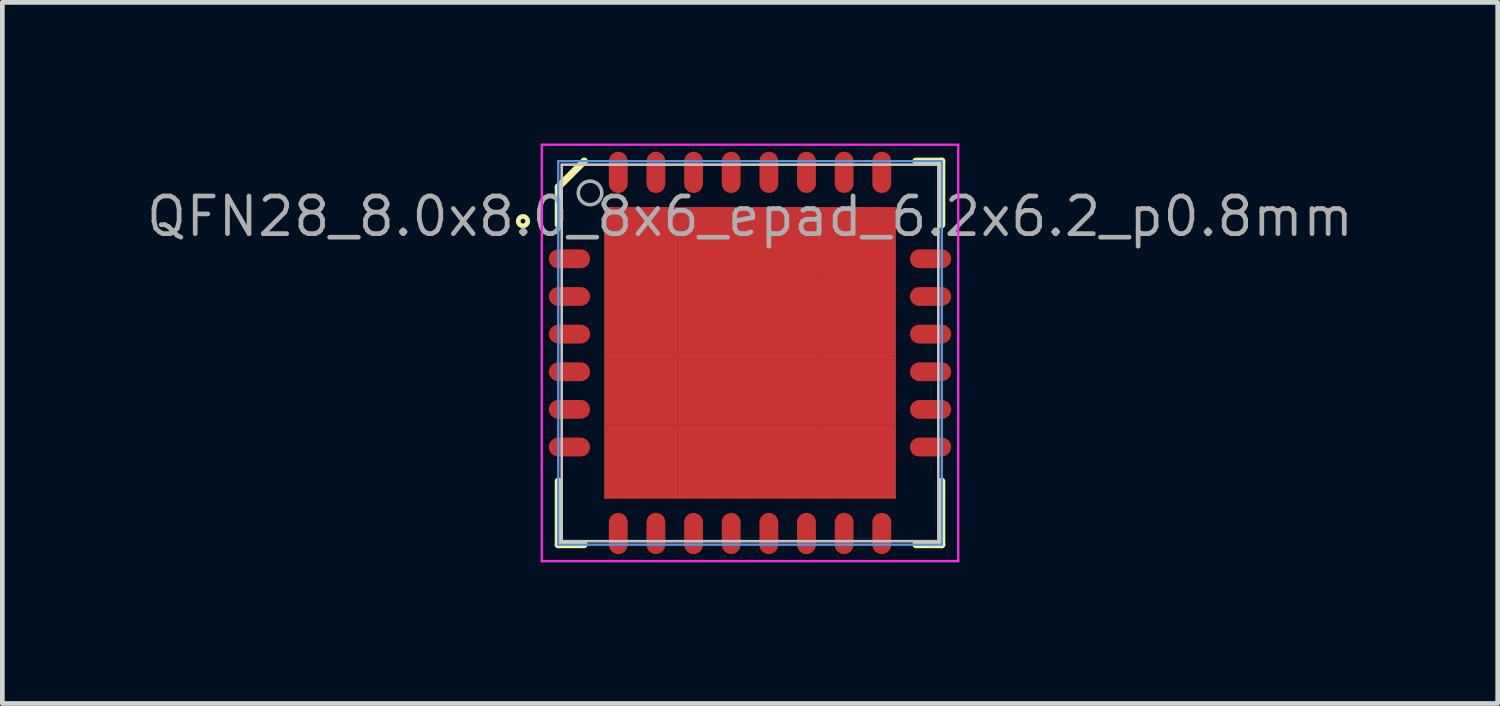
<source format=kicad_pcb>
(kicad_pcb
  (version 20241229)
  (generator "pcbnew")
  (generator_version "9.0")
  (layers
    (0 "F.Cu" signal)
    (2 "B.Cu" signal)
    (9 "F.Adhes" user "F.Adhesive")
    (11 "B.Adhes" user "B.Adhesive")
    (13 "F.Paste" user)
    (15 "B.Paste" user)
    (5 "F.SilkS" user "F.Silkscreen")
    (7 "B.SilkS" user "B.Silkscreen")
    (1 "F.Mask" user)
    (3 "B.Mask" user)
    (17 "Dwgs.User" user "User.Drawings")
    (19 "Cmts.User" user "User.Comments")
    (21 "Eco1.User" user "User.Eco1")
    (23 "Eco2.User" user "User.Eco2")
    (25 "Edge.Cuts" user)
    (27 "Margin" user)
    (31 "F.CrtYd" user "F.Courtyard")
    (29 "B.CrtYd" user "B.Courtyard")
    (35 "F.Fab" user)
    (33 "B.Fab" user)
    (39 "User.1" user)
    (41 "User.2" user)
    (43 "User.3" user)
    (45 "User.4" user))
  (footprint "QFN28_8.0x8.0_8x6_epad_6.2x6.2_p0.8mm"
    (layer "F.Cu")
    (at 12.889 4.45)
    (property "Reference" "QFN28_8.0x8.0_8x6_epad_6.2x6.2_p0.8mm" (at 0 -2.9 0) (layer "F.Fab") (effects (font (size 0.8 0.8) (thickness 0.1))))
    (attr through_hole)
    (fp_line (start -4.075 -3.525) (end -4.075 -2.725) (stroke (width 0.15) (type solid)) (layer "F.SilkS"))
    (fp_line (start -4.075 -3.525) (end -3.525 -4.075) (stroke (width 0.15) (type solid)) (layer "F.SilkS"))
    (fp_line (start -4.075 4.075) (end -4.075 2.725) (stroke (width 0.15) (type solid)) (layer "F.SilkS"))
    (fp_line (start -4.075 4.075) (end -3.525 4.075) (stroke (width 0.15) (type solid)) (layer "F.SilkS"))
    (fp_line (start -3.525 -4.075) (end -3.525 -4.075) (stroke (width 0.15) (type solid)) (layer "F.SilkS"))
    (fp_line (start 4.075 -4.075) (end 3.525 -4.075) (stroke (width 0.15) (type solid)) (layer "F.SilkS"))
    (fp_line (start 4.075 -4.075) (end 4.075 -2.725) (stroke (width 0.15) (type solid)) (layer "F.SilkS"))
    (fp_line (start 4.075 4.075) (end 3.525 4.075) (stroke (width 0.15) (type solid)) (layer "F.SilkS"))
    (fp_line (start 4.075 4.075) (end 4.075 2.725) (stroke (width 0.15) (type solid)) (layer "F.SilkS"))
    (fp_circle (center -4.825 -2.8) (end -4.754 -2.729) (stroke (width 0.1) (type solid)) (fill no) (layer "F.SilkS"))
    (fp_line (start -4 -4) (end -4 4) (stroke (width 0.05) (type solid)) (layer "Dwgs.User"))
    (fp_line (start -4 -4) (end 4 -4) (stroke (width 0.05) (type solid)) (layer "Dwgs.User"))
    (fp_line (start -4 4) (end 4 4) (stroke (width 0.05) (type solid)) (layer "Dwgs.User"))
    (fp_line (start 4 -4) (end 4 4) (stroke (width 0.05) (type solid)) (layer "Dwgs.User"))
    (fp_line (start -4.075 -4.075) (end -4.075 4.075) (stroke (width 0.05) (type solid)) (layer "Cmts.User"))
    (fp_line (start -4.075 -4.075) (end 4.075 -4.075) (stroke (width 0.05) (type solid)) (layer "Cmts.User"))
    (fp_line (start -4.075 4.075) (end 4.075 4.075) (stroke (width 0.05) (type solid)) (layer "Cmts.User"))
    (fp_line (start 4.075 -4.075) (end 4.075 4.075) (stroke (width 0.05) (type solid)) (layer "Cmts.User"))
    (fp_line (start -3.925 -3.925) (end -3.925 3.925) (stroke (width 0.05) (type solid)) (layer "Eco1.User"))
    (fp_line (start -3.925 -3.925) (end 3.925 -3.925) (stroke (width 0.05) (type solid)) (layer "Eco1.User"))
    (fp_line (start -3.925 3.925) (end 3.925 3.925) (stroke (width 0.05) (type solid)) (layer "Eco1.User"))
    (fp_line (start 3.925 -3.925) (end 3.925 3.925) (stroke (width 0.05) (type solid)) (layer "Eco1.User"))
    (fp_line (start -4.425 -4.425) (end -4.425 4.425) (stroke (width 0.05) (type solid)) (layer "F.CrtYd"))
    (fp_line (start -4.425 -4.425) (end 4.425 -4.425) (stroke (width 0.05) (type solid)) (layer "F.CrtYd"))
    (fp_line (start -4.425 4.425) (end 4.425 4.425) (stroke (width 0.05) (type solid)) (layer "F.CrtYd"))
    (fp_line (start 4.425 -4.425) (end 4.425 4.425) (stroke (width 0.05) (type solid)) (layer "F.CrtYd"))
    (fp_line (start -4 -4) (end -4 4) (stroke (width 0.05) (type solid)) (layer "F.Fab"))
    (fp_line (start -4 -4) (end 4 -4) (stroke (width 0.05) (type solid)) (layer "F.Fab"))
    (fp_line (start -4 4) (end 4 4) (stroke (width 0.05) (type solid)) (layer "F.Fab"))
    (fp_line (start 4 -4) (end 4 4) (stroke (width 0.05) (type solid)) (layer "F.Fab"))
    (fp_circle (center -3.4 -3.4) (end -3.223 -3.223) (stroke (width 0.075) (type solid)) (fill no) (layer "F.Fab"))
    (pad "1" smd oval (at -3.837 -2 180) (size 0.875 0.4) (layers "F.Cu" "F.Mask" "F.Paste"))
    (pad "2" smd oval (at -3.837 -1.2 180) (size 0.875 0.4) (layers "F.Cu" "F.Mask" "F.Paste"))
    (pad "3" smd oval (at -3.837 -0.4 180) (size 0.875 0.4) (layers "F.Cu" "F.Mask" "F.Paste"))
    (pad "4" smd oval (at -3.837 0.4 180) (size 0.875 0.4) (layers "F.Cu" "F.Mask" "F.Paste"))
    (pad "5" smd oval (at -3.837 1.2 180) (size 0.875 0.4) (layers "F.Cu" "F.Mask" "F.Paste"))
    (pad "6" smd oval (at -3.837 2 180) (size 0.875 0.4) (layers "F.Cu" "F.Mask" "F.Paste"))
    (pad "7" smd oval (at -2.8 3.837 270) (size 0.875 0.4) (layers "F.Cu" "F.Mask" "F.Paste"))
    (pad "8" smd oval (at -2 3.837 270) (size 0.875 0.4) (layers "F.Cu" "F.Mask" "F.Paste"))
    (pad "9" smd oval (at -1.2 3.837 270) (size 0.875 0.4) (layers "F.Cu" "F.Mask" "F.Paste"))
    (pad "10" smd oval (at -0.4 3.837 270) (size 0.875 0.4) (layers "F.Cu" "F.Mask" "F.Paste"))
    (pad "11" smd oval (at 0.4 3.837 270) (size 0.875 0.4) (layers "F.Cu" "F.Mask" "F.Paste"))
    (pad "12" smd oval (at 1.2 3.837 270) (size 0.875 0.4) (layers "F.Cu" "F.Mask" "F.Paste"))
    (pad "13" smd oval (at 2 3.837 270) (size 0.875 0.4) (layers "F.Cu" "F.Mask" "F.Paste"))
    (pad "14" smd oval (at 2.8 3.837 270) (size 0.875 0.4) (layers "F.Cu" "F.Mask" "F.Paste"))
    (pad "15" smd oval (at 3.837 2) (size 0.875 0.4) (layers "F.Cu" "F.Mask" "F.Paste"))
    (pad "16" smd oval (at 3.837 1.2) (size 0.875 0.4) (layers "F.Cu" "F.Mask" "F.Paste"))
    (pad "17" smd oval (at 3.837 0.4) (size 0.875 0.4) (layers "F.Cu" "F.Mask" "F.Paste"))
    (pad "18" smd oval (at 3.837 -0.4) (size 0.875 0.4) (layers "F.Cu" "F.Mask" "F.Paste"))
    (pad "19" smd oval (at 3.837 -1.2) (size 0.875 0.4) (layers "F.Cu" "F.Mask" "F.Paste"))
    (pad "20" smd oval (at 3.837 -2) (size 0.875 0.4) (layers "F.Cu" "F.Mask" "F.Paste"))
    (pad "21" smd oval (at 2.8 -3.837 90) (size 0.875 0.4) (layers "F.Cu" "F.Mask" "F.Paste"))
    (pad "22" smd oval (at 2 -3.837 90) (size 0.875 0.4) (layers "F.Cu" "F.Mask" "F.Paste"))
    (pad "23" smd oval (at 1.2 -3.837 90) (size 0.875 0.4) (layers "F.Cu" "F.Mask" "F.Paste"))
    (pad "24" smd oval (at 0.4 -3.837 90) (size 0.875 0.4) (layers "F.Cu" "F.Mask" "F.Paste"))
    (pad "25" smd oval (at -0.4 -3.837 90) (size 0.875 0.4) (layers "F.Cu" "F.Mask" "F.Paste"))
    (pad "26" smd oval (at -1.2 -3.837 90) (size 0.875 0.4) (layers "F.Cu" "F.Mask" "F.Paste"))
    (pad "27" smd oval (at -2 -3.837 90) (size 0.875 0.4) (layers "F.Cu" "F.Mask" "F.Paste"))
    (pad "28" smd oval (at -2.8 -3.837 90) (size 0.875 0.4) (layers "F.Cu" "F.Mask" "F.Paste"))
    (pad "29" smd rect (at -2.325 -2.325) (size 1.55 1.55) (layers "F.Cu" "F.Mask" "F.Paste"))
    (pad "29" smd rect (at -2.325 -0.775) (size 1.55 1.55) (layers "F.Cu" "F.Mask" "F.Paste"))
    (pad "29" smd rect (at -2.325 0.775) (size 1.55 1.55) (layers "F.Cu" "F.Mask" "F.Paste"))
    (pad "29" smd rect (at -2.325 2.325) (size 1.55 1.55) (layers "F.Cu" "F.Mask" "F.Paste"))
    (pad "29" smd rect (at -0.775 -2.325) (size 1.55 1.55) (layers "F.Cu" "F.Mask" "F.Paste"))
    (pad "29" smd rect (at -0.775 -0.775) (size 1.55 1.55) (layers "F.Cu" "F.Mask" "F.Paste"))
    (pad "29" smd rect (at -0.775 0.775) (size 1.55 1.55) (layers "F.Cu" "F.Mask" "F.Paste"))
    (pad "29" smd rect (at -0.775 2.325) (size 1.55 1.55) (layers "F.Cu" "F.Mask" "F.Paste"))
    (pad "29" smd rect (at 0.775 -2.325) (size 1.55 1.55) (layers "F.Cu" "F.Mask" "F.Paste"))
    (pad "29" smd rect (at 0.775 -0.775) (size 1.55 1.55) (layers "F.Cu" "F.Mask" "F.Paste"))
    (pad "29" smd rect (at 0.775 0.775) (size 1.55 1.55) (layers "F.Cu" "F.Mask" "F.Paste"))
    (pad "29" smd rect (at 0.775 2.325) (size 1.55 1.55) (layers "F.Cu" "F.Mask" "F.Paste"))
    (pad "29" smd rect (at 2.325 -2.325) (size 1.55 1.55) (layers "F.Cu" "F.Mask" "F.Paste"))
    (pad "29" smd rect (at 2.325 -0.775) (size 1.55 1.55) (layers "F.Cu" "F.Mask" "F.Paste"))
    (pad "29" smd rect (at 2.325 0.775) (size 1.55 1.55) (layers "F.Cu" "F.Mask" "F.Paste"))
    (pad "29" smd rect (at 2.325 2.325) (size 1.55 1.55) (layers "F.Cu" "F.Mask" "F.Paste")))
  (gr_rect
    (start -3 -3)
    (end 28.778 11.9)
    (stroke (width 0.1) (type default))
    (fill no)
    (layer "Edge.Cuts")))
</source>
